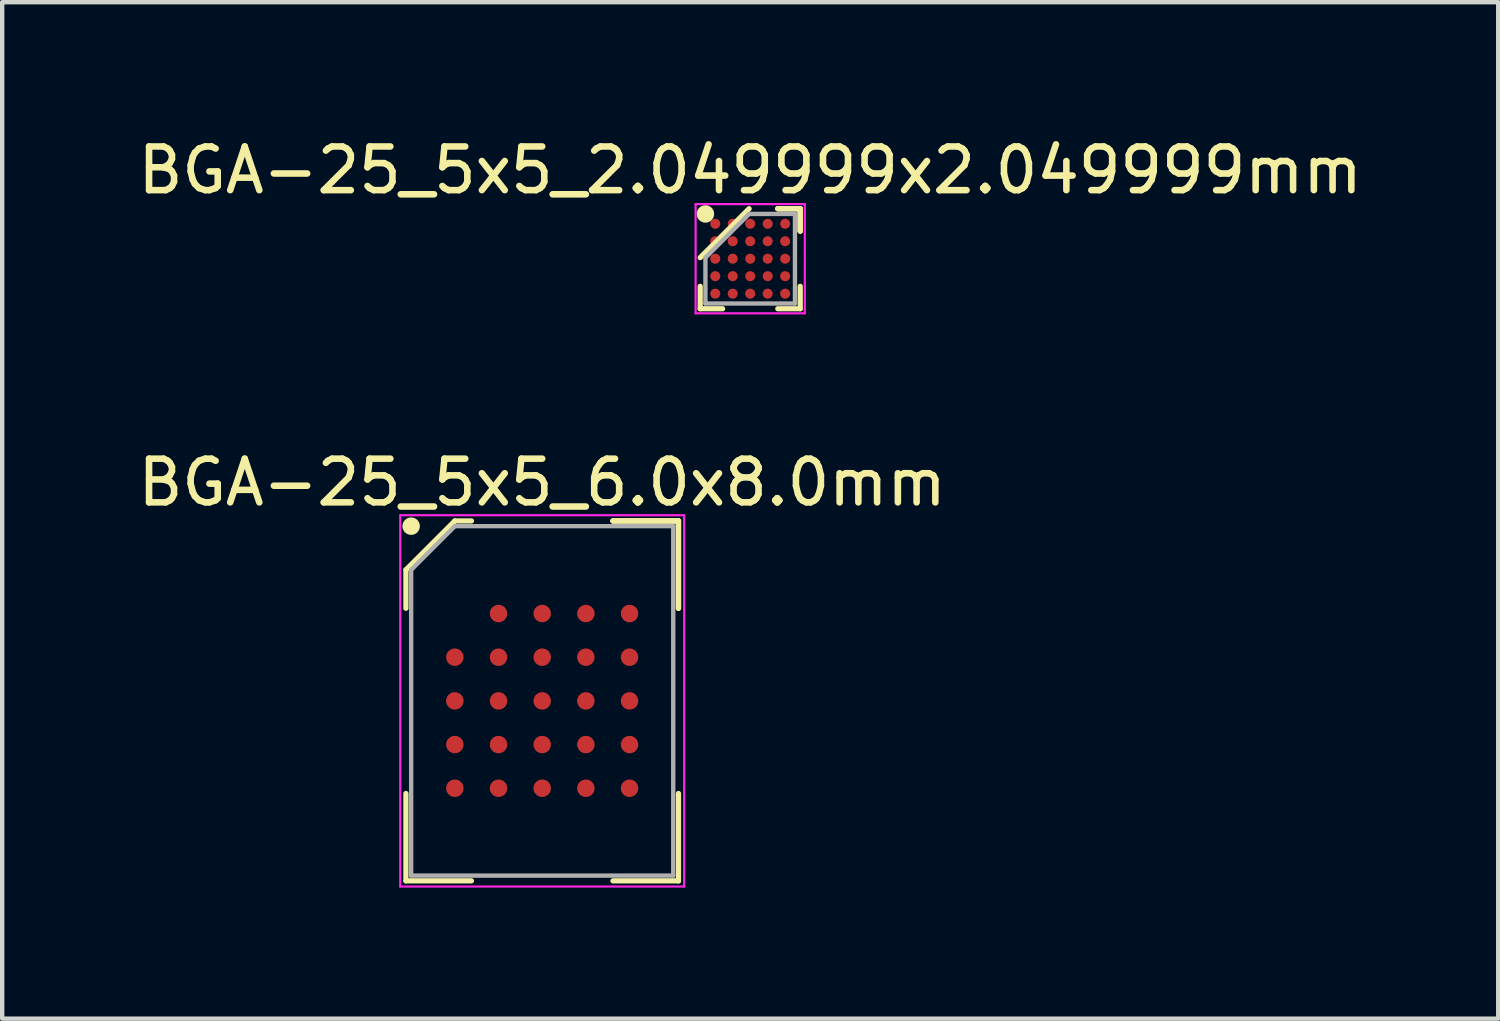
<source format=kicad_pcb>
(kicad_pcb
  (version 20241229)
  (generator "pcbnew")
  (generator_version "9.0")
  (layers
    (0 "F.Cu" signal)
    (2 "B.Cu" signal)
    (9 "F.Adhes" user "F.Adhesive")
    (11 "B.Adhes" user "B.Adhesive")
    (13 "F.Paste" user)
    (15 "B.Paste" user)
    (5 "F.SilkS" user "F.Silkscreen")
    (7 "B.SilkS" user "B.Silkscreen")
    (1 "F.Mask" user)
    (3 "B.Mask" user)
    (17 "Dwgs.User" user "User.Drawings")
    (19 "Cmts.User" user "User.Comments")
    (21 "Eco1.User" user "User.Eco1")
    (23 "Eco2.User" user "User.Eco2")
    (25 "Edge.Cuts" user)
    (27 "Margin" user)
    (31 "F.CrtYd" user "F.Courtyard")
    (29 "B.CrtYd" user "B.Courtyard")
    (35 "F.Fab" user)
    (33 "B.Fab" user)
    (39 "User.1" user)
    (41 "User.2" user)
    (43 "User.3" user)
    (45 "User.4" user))
  (footprint "BGA-25_5x5_6.0x8.0mm"
    (layer "F.Cu")
    (at 9.363 12.996)
    (property "Reference" "BGA-25_5x5_6.0x8.0mm" (at 0 -5 0) (layer "F.SilkS") (effects (font (size 1 1) (thickness 0.15))))
    (attr smd)
    (fp_line (start -3.12 -3) (end -3.12 -2.12) (stroke (width 0.12) (type solid)) (layer "F.SilkS"))
    (fp_line (start -3.12 4.12) (end -3.12 2.12) (stroke (width 0.12) (type solid)) (layer "F.SilkS"))
    (fp_line (start -2 -4.12) (end -3.12 -3) (stroke (width 0.12) (type solid)) (layer "F.SilkS"))
    (fp_line (start -1.62 -4.12) (end -2 -4.12) (stroke (width 0.12) (type solid)) (layer "F.SilkS"))
    (fp_line (start -1.62 4.12) (end -3.12 4.12) (stroke (width 0.12) (type solid)) (layer "F.SilkS"))
    (fp_line (start 1.62 -4.12) (end 3.12 -4.12) (stroke (width 0.12) (type solid)) (layer "F.SilkS"))
    (fp_line (start 1.62 -4.12) (end 3.12 -4.12) (stroke (width 0.12) (type solid)) (layer "F.SilkS"))
    (fp_line (start 1.62 -4.12) (end 3.12 -4.12) (stroke (width 0.12) (type solid)) (layer "F.SilkS"))
    (fp_line (start 1.62 4.12) (end 3.12 4.12) (stroke (width 0.12) (type solid)) (layer "F.SilkS"))
    (fp_line (start 3.12 -4.12) (end 3.12 -2.12) (stroke (width 0.12) (type solid)) (layer "F.SilkS"))
    (fp_line (start 3.12 -4.12) (end 3.12 -2.12) (stroke (width 0.12) (type solid)) (layer "F.SilkS"))
    (fp_line (start 3.12 -4.12) (end 3.12 -2.12) (stroke (width 0.12) (type solid)) (layer "F.SilkS"))
    (fp_line (start 3.12 4.12) (end 3.12 2.12) (stroke (width 0.12) (type solid)) (layer "F.SilkS"))
    (fp_circle (center -3 -4) (end -3 -3.9) (stroke (width 0.2) (type solid)) (fill no) (layer "F.SilkS"))
    (fp_line (start -3.25 -4.25) (end 3.25 -4.25) (stroke (width 0.05) (type solid)) (layer "F.CrtYd"))
    (fp_line (start -3.25 4.25) (end -3.25 -4.25) (stroke (width 0.05) (type solid)) (layer "F.CrtYd"))
    (fp_line (start 3.25 -4.25) (end 3.25 4.25) (stroke (width 0.05) (type solid)) (layer "F.CrtYd"))
    (fp_line (start 3.25 4.25) (end -3.25 4.25) (stroke (width 0.05) (type solid)) (layer "F.CrtYd"))
    (fp_line (start -3 -3) (end -3 4) (stroke (width 0.1) (type solid)) (layer "F.Fab"))
    (fp_line (start -3 4) (end 3 4) (stroke (width 0.1) (type solid)) (layer "F.Fab"))
    (fp_line (start -2 -4) (end -3 -3) (stroke (width 0.1) (type solid)) (layer "F.Fab"))
    (fp_line (start 3 -4) (end -2 -4) (stroke (width 0.1) (type solid)) (layer "F.Fab"))
    (fp_line (start 3 4) (end 3 -4) (stroke (width 0.1) (type solid)) (layer "F.Fab"))
    (pad "A2" smd circle (at -1 -2) (size 0.4 0.4) (layers "F.Cu" "F.Mask" "F.Paste"))
    (pad "A3" smd circle (at 0 -2) (size 0.4 0.4) (layers "F.Cu" "F.Mask" "F.Paste"))
    (pad "A4" smd circle (at 1 -2) (size 0.4 0.4) (layers "F.Cu" "F.Mask" "F.Paste"))
    (pad "A5" smd circle (at 2 -2) (size 0.4 0.4) (layers "F.Cu" "F.Mask" "F.Paste"))
    (pad "B1" smd circle (at -2 -1) (size 0.4 0.4) (layers "F.Cu" "F.Mask" "F.Paste"))
    (pad "B2" smd circle (at -1 -1) (size 0.4 0.4) (layers "F.Cu" "F.Mask" "F.Paste"))
    (pad "B3" smd circle (at 0 -1) (size 0.4 0.4) (layers "F.Cu" "F.Mask" "F.Paste"))
    (pad "B4" smd circle (at 1 -1) (size 0.4 0.4) (layers "F.Cu" "F.Mask" "F.Paste"))
    (pad "B5" smd circle (at 2 -1) (size 0.4 0.4) (layers "F.Cu" "F.Mask" "F.Paste"))
    (pad "C1" smd circle (at -2 0) (size 0.4 0.4) (layers "F.Cu" "F.Mask" "F.Paste"))
    (pad "C2" smd circle (at -1 0) (size 0.4 0.4) (layers "F.Cu" "F.Mask" "F.Paste"))
    (pad "C3" smd circle (at 0 0) (size 0.4 0.4) (layers "F.Cu" "F.Mask" "F.Paste"))
    (pad "C4" smd circle (at 1 0) (size 0.4 0.4) (layers "F.Cu" "F.Mask" "F.Paste"))
    (pad "C5" smd circle (at 2 0) (size 0.4 0.4) (layers "F.Cu" "F.Mask" "F.Paste"))
    (pad "D1" smd circle (at -2 1) (size 0.4 0.4) (layers "F.Cu" "F.Mask" "F.Paste"))
    (pad "D2" smd circle (at -1 1) (size 0.4 0.4) (layers "F.Cu" "F.Mask" "F.Paste"))
    (pad "D3" smd circle (at 0 1) (size 0.4 0.4) (layers "F.Cu" "F.Mask" "F.Paste"))
    (pad "D4" smd circle (at 1 1) (size 0.4 0.4) (layers "F.Cu" "F.Mask" "F.Paste"))
    (pad "D5" smd circle (at 2 1) (size 0.4 0.4) (layers "F.Cu" "F.Mask" "F.Paste"))
    (pad "E1" smd circle (at -2 2) (size 0.4 0.4) (layers "F.Cu" "F.Mask" "F.Paste"))
    (pad "E2" smd circle (at -1 2) (size 0.4 0.4) (layers "F.Cu" "F.Mask" "F.Paste"))
    (pad "E3" smd circle (at 0 2) (size 0.4 0.4) (layers "F.Cu" "F.Mask" "F.Paste"))
    (pad "E4" smd circle (at 1 2) (size 0.4 0.4) (layers "F.Cu" "F.Mask" "F.Paste"))
    (pad "E5" smd circle (at 2 2) (size 0.4 0.4) (layers "F.Cu" "F.Mask" "F.Paste")))
  (footprint "BGA-25_5x5_2.049999x2.049999mm"
    (layer "F.Cu")
    (at 14.125 2.873)
    (property "Reference" "BGA-25_5x5_2.049999x2.049999mm" (at 0 -2.025 0) (layer "F.SilkS") (effects (font (size 1 1) (thickness 0.15))))
    (attr smd)
    (fp_line (start -1.145 1.145) (end -1.145 0.632) (stroke (width 0.12) (type solid)) (layer "F.SilkS"))
    (fp_line (start -0.632 1.145) (end -1.145 1.145) (stroke (width 0.12) (type solid)) (layer "F.SilkS"))
    (fp_line (start -0.025 -1.145) (end -1.145 -0.025) (stroke (width 0.12) (type solid)) (layer "F.SilkS"))
    (fp_line (start 0.632 -1.145) (end 1.145 -1.145) (stroke (width 0.12) (type solid)) (layer "F.SilkS"))
    (fp_line (start 0.632 -1.145) (end 1.145 -1.145) (stroke (width 0.12) (type solid)) (layer "F.SilkS"))
    (fp_line (start 0.632 -1.145) (end 1.145 -1.145) (stroke (width 0.12) (type solid)) (layer "F.SilkS"))
    (fp_line (start 0.632 1.145) (end 1.145 1.145) (stroke (width 0.12) (type solid)) (layer "F.SilkS"))
    (fp_line (start 1.145 -1.145) (end 1.145 -0.632) (stroke (width 0.12) (type solid)) (layer "F.SilkS"))
    (fp_line (start 1.145 -1.145) (end 1.145 -0.632) (stroke (width 0.12) (type solid)) (layer "F.SilkS"))
    (fp_line (start 1.145 -1.145) (end 1.145 -0.632) (stroke (width 0.12) (type solid)) (layer "F.SilkS"))
    (fp_line (start 1.145 1.145) (end 1.145 0.632) (stroke (width 0.12) (type solid)) (layer "F.SilkS"))
    (fp_circle (center -1.025 -1.025) (end -1.025 -0.925) (stroke (width 0.2) (type solid)) (fill no) (layer "F.SilkS"))
    (fp_line (start -1.25 -1.25) (end 1.25 -1.25) (stroke (width 0.05) (type solid)) (layer "F.CrtYd"))
    (fp_line (start -1.25 1.25) (end -1.25 -1.25) (stroke (width 0.05) (type solid)) (layer "F.CrtYd"))
    (fp_line (start 1.25 -1.25) (end 1.25 1.25) (stroke (width 0.05) (type solid)) (layer "F.CrtYd"))
    (fp_line (start 1.25 1.25) (end -1.25 1.25) (stroke (width 0.05) (type solid)) (layer "F.CrtYd"))
    (fp_line (start -1.025 -0.025) (end -1.025 1.025) (stroke (width 0.1) (type solid)) (layer "F.Fab"))
    (fp_line (start -1.025 1.025) (end 1.025 1.025) (stroke (width 0.1) (type solid)) (layer "F.Fab"))
    (fp_line (start -0.025 -1.025) (end -1.025 -0.025) (stroke (width 0.1) (type solid)) (layer "F.Fab"))
    (fp_line (start 1.025 -1.025) (end -0.025 -1.025) (stroke (width 0.1) (type solid)) (layer "F.Fab"))
    (fp_line (start 1.025 1.025) (end 1.025 -1.025) (stroke (width 0.1) (type solid)) (layer "F.Fab"))
    (pad "A1" smd circle (at -0.8 -0.8) (size 0.23 0.23) (layers "F.Cu" "F.Mask" "F.Paste"))
    (pad "A2" smd circle (at -0.4 -0.8) (size 0.23 0.23) (layers "F.Cu" "F.Mask" "F.Paste"))
    (pad "A3" smd circle (at 0 -0.8) (size 0.23 0.23) (layers "F.Cu" "F.Mask" "F.Paste"))
    (pad "A4" smd circle (at 0.4 -0.8) (size 0.23 0.23) (layers "F.Cu" "F.Mask" "F.Paste"))
    (pad "A5" smd circle (at 0.8 -0.8) (size 0.23 0.23) (layers "F.Cu" "F.Mask" "F.Paste"))
    (pad "B1" smd circle (at -0.8 -0.4) (size 0.23 0.23) (layers "F.Cu" "F.Mask" "F.Paste"))
    (pad "B2" smd circle (at -0.4 -0.4) (size 0.23 0.23) (layers "F.Cu" "F.Mask" "F.Paste"))
    (pad "B3" smd circle (at 0 -0.4) (size 0.23 0.23) (layers "F.Cu" "F.Mask" "F.Paste"))
    (pad "B4" smd circle (at 0.4 -0.4) (size 0.23 0.23) (layers "F.Cu" "F.Mask" "F.Paste"))
    (pad "B5" smd circle (at 0.8 -0.4) (size 0.23 0.23) (layers "F.Cu" "F.Mask" "F.Paste"))
    (pad "C1" smd circle (at -0.8 0) (size 0.23 0.23) (layers "F.Cu" "F.Mask" "F.Paste"))
    (pad "C2" smd circle (at -0.4 0) (size 0.23 0.23) (layers "F.Cu" "F.Mask" "F.Paste"))
    (pad "C3" smd circle (at 0 0) (size 0.23 0.23) (layers "F.Cu" "F.Mask" "F.Paste"))
    (pad "C4" smd circle (at 0.4 0) (size 0.23 0.23) (layers "F.Cu" "F.Mask" "F.Paste"))
    (pad "C5" smd circle (at 0.8 0) (size 0.23 0.23) (layers "F.Cu" "F.Mask" "F.Paste"))
    (pad "D1" smd circle (at -0.8 0.4) (size 0.23 0.23) (layers "F.Cu" "F.Mask" "F.Paste"))
    (pad "D2" smd circle (at -0.4 0.4) (size 0.23 0.23) (layers "F.Cu" "F.Mask" "F.Paste"))
    (pad "D3" smd circle (at 0 0.4) (size 0.23 0.23) (layers "F.Cu" "F.Mask" "F.Paste"))
    (pad "D4" smd circle (at 0.4 0.4) (size 0.23 0.23) (layers "F.Cu" "F.Mask" "F.Paste"))
    (pad "D5" smd circle (at 0.8 0.4) (size 0.23 0.23) (layers "F.Cu" "F.Mask" "F.Paste"))
    (pad "E1" smd circle (at -0.8 0.8) (size 0.23 0.23) (layers "F.Cu" "F.Mask" "F.Paste"))
    (pad "E2" smd circle (at -0.4 0.8) (size 0.23 0.23) (layers "F.Cu" "F.Mask" "F.Paste"))
    (pad "E3" smd circle (at 0 0.8) (size 0.23 0.23) (layers "F.Cu" "F.Mask" "F.Paste"))
    (pad "E4" smd circle (at 0.4 0.8) (size 0.23 0.23) (layers "F.Cu" "F.Mask" "F.Paste"))
    (pad "E5" smd circle (at 0.8 0.8) (size 0.23 0.23) (layers "F.Cu" "F.Mask" "F.Paste")))
  (gr_rect
    (start -3 -3)
    (end 31.25 20.271)
    (stroke (width 0.1) (type default))
    (fill no)
    (layer "Edge.Cuts")))
</source>
